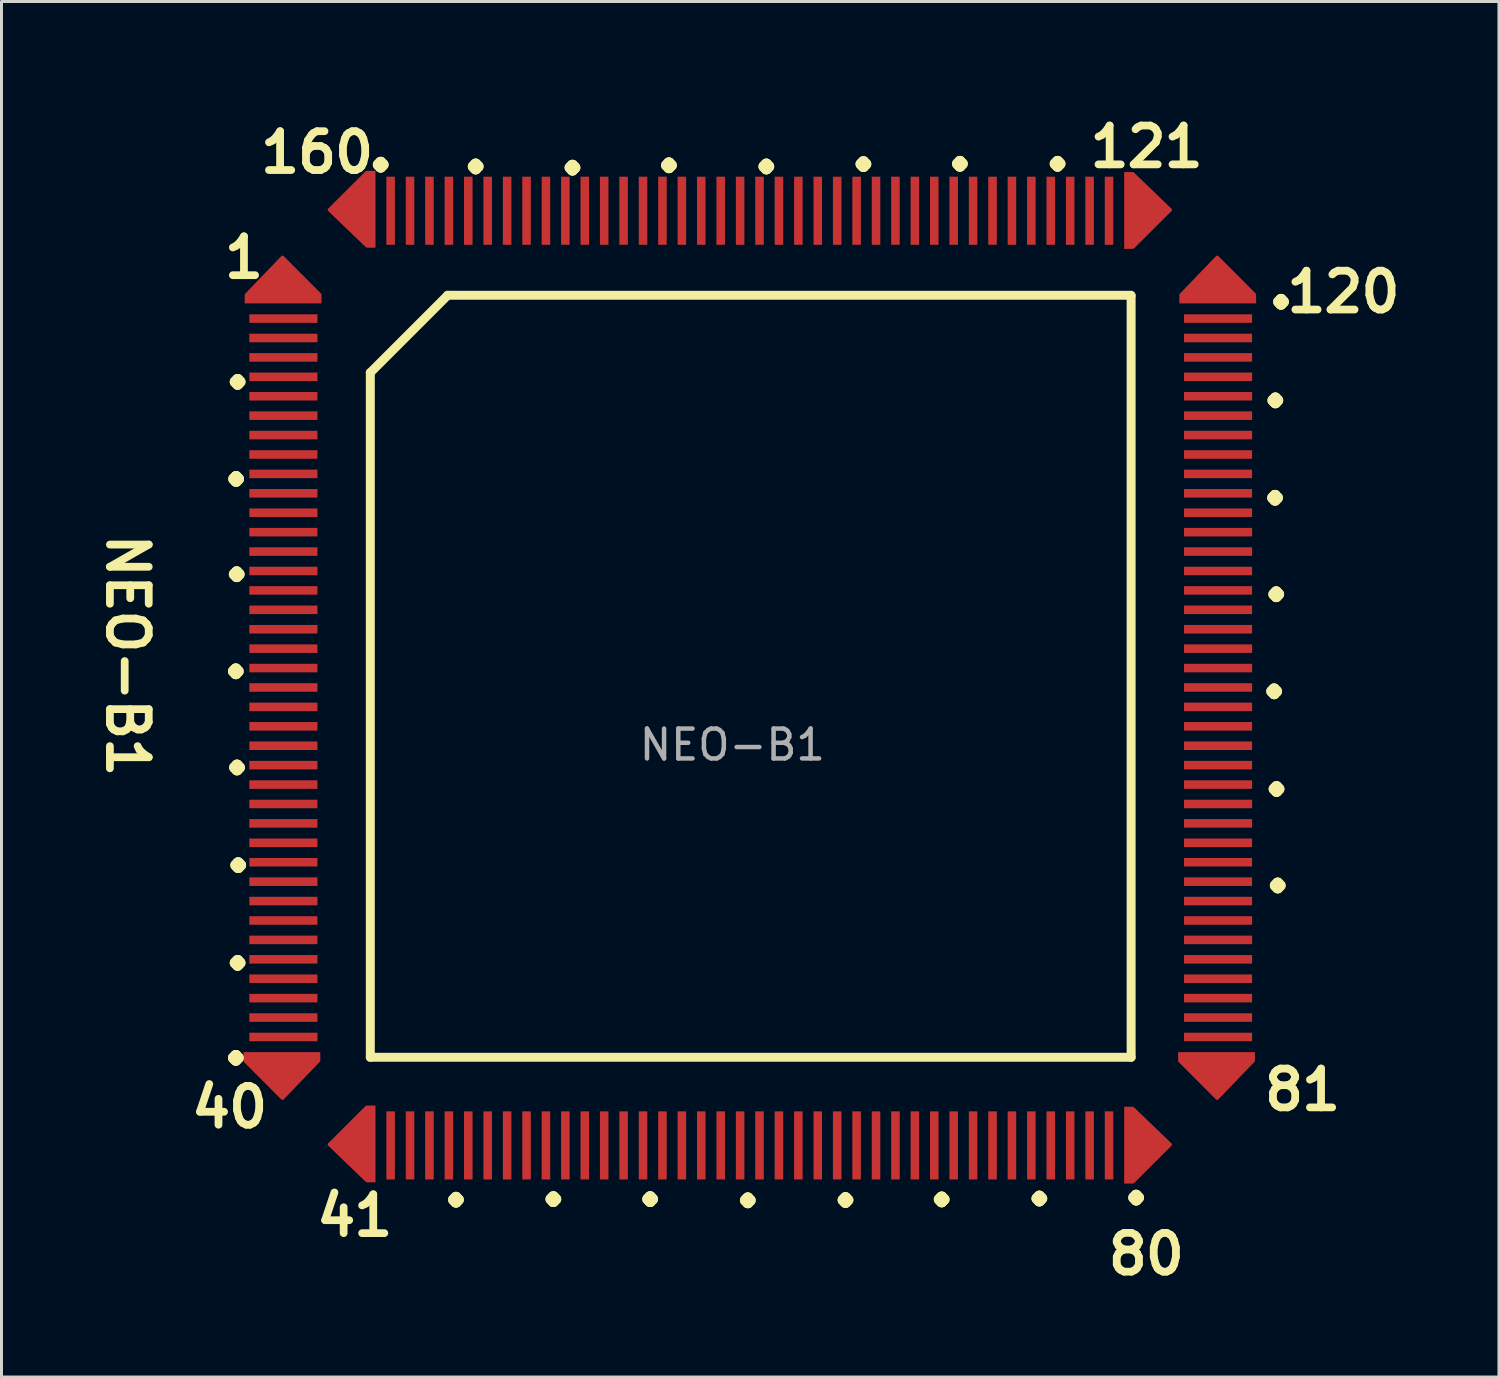
<source format=kicad_pcb>
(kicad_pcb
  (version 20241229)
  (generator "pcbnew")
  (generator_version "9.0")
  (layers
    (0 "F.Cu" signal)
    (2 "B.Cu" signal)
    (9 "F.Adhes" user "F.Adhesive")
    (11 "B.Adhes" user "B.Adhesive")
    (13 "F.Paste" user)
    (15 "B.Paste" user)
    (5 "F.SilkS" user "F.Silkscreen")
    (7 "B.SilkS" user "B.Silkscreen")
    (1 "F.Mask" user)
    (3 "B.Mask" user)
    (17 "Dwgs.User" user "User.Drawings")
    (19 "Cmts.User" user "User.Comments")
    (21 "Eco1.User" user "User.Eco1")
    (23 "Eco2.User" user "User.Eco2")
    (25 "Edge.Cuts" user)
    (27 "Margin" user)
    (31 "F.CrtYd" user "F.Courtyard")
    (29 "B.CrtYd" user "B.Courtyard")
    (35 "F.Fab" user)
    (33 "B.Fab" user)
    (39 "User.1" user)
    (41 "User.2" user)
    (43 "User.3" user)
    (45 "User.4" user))
  (footprint "NEO-B1"
    (layer "F.Cu")
    (at 21.467 19.385)
    (property "Reference" "NEO-B1" (at -20.25 -0.49 270) (unlocked yes) (layer "F.SilkS") (effects (font (size 1.3 1.3) (thickness 0.26) (bold yes))))
    (attr smd)
    (fp_line (start -12.12 -9.96) (end -9.53 -12.55) (stroke (width 0.3) (type default)) (layer "F.SilkS"))
    (fp_line (start -12.12 12.96) (end -12.12 -9.96) (stroke (width 0.3) (type default)) (layer "F.SilkS"))
    (fp_line (start -9.53 -12.55) (end 13.35 -12.55) (stroke (width 0.3) (type default)) (layer "F.SilkS"))
    (fp_line (start 13.35 -12.52) (end 13.35 12.96) (stroke (width 0.3) (type default)) (layer "F.SilkS"))
    (fp_line (start 13.35 12.96) (end -12.12 12.96) (stroke (width 0.3) (type default)) (layer "F.SilkS"))
    (fp_text user "." (at -3.38 18 0) (unlocked yes) (layer "F.SilkS") (effects (font (size 1.6 1.6) (thickness 0.375) (bold yes)) (justify left bottom)))
    (fp_text user "." (at 3.76 -16.65 0) (unlocked yes) (layer "F.SilkS") (effects (font (size 1.6 1.6) (thickness 0.375) (bold yes)) (justify left bottom)))
    (fp_text user "40" (at -18.24 15.39 0) (unlocked yes) (layer "F.SilkS") (effects (font (size 1.3 1.3) (thickness 0.26) (bold yes)) (justify left bottom)))
    (fp_text user "." (at 17.59 4.27 0) (unlocked yes) (layer "F.SilkS") (effects (font (size 1.6 1.6) (thickness 0.375) (bold yes)) (justify left bottom)))
    (fp_text user "." (at 17.58 -2.25 0) (unlocked yes) (layer "F.SilkS") (effects (font (size 1.6 1.6) (thickness 0.375) (bold yes)) (justify left bottom)))
    (fp_text user "." (at -17.17 6.82 0) (unlocked yes) (layer "F.SilkS") (effects (font (size 1.6 1.6) (thickness 0.375) (bold yes)) (justify left bottom)))
    (fp_text user "." (at -2.75 -16.61 0) (unlocked yes) (layer "F.SilkS") (effects (font (size 1.6 1.6) (thickness 0.375) (bold yes)) (justify left bottom)))
    (fp_text user "." (at 0.51 -16.57 0) (unlocked yes) (layer "F.SilkS") (effects (font (size 1.6 1.6) (thickness 0.375) (bold yes)) (justify left bottom)))
    (fp_text user "." (at 10.26 -16.66 0) (unlocked yes) (layer "F.SilkS") (effects (font (size 1.6 1.6) (thickness 0.375) (bold yes)) (justify left bottom)))
    (fp_text user "160" (at -15.93 -16.57 0) (unlocked yes) (layer "F.SilkS") (effects (font (size 1.3 1.3) (thickness 0.26) (bold yes)) (justify left bottom)))
    (fp_text user "." (at -17.19 -9.36 0) (unlocked yes) (layer "F.SilkS") (effects (font (size 1.6 1.6) (thickness 0.375) (bold yes)) (justify left bottom)))
    (fp_text user "." (at 6.99 -16.66 0) (unlocked yes) (layer "F.SilkS") (effects (font (size 1.6 1.6) (thickness 0.375) (bold yes)) (justify left bottom)))
    (fp_text user "." (at 17.54 -5.48 0) (unlocked yes) (layer "F.SilkS") (effects (font (size 1.6 1.6) (thickness 0.375) (bold yes)) (justify left bottom)))
    (fp_text user "." (at -17.25 13.27 0) (unlocked yes) (layer "F.SilkS") (effects (font (size 1.6 1.6) (thickness 0.375) (bold yes)) (justify left bottom)))
    (fp_text user "." (at 17.63 7.5 0) (unlocked yes) (layer "F.SilkS") (effects (font (size 1.6 1.6) (thickness 0.375) (bold yes)) (justify left bottom)))
    (fp_text user "41" (at -14.05 19.02 0) (unlocked yes) (layer "F.SilkS") (effects (font (size 1.3 1.3) (thickness 0.26) (bold yes)) (justify left bottom)))
    (fp_text user "." (at -6.62 18 0) (unlocked yes) (layer "F.SilkS") (effects (font (size 1.6 1.6) (thickness 0.375) (bold yes)) (justify left bottom)))
    (fp_text user "." (at -17.24 -6.11 0) (unlocked yes) (layer "F.SilkS") (effects (font (size 1.6 1.6) (thickness 0.375) (bold yes)) (justify left bottom)))
    (fp_text user "121" (at 11.84 -16.76 0) (unlocked yes) (layer "F.SilkS") (effects (font (size 1.3 1.3) (thickness 0.26) (bold yes)) (justify left bottom)))
    (fp_text user "." (at -17.25 0.33 0) (unlocked yes) (layer "F.SilkS") (effects (font (size 1.6 1.6) (thickness 0.375) (bold yes)) (justify left bottom)))
    (fp_text user "1" (at -17.14 -13.05 0) (unlocked yes) (layer "F.SilkS") (effects (font (size 1.3 1.3) (thickness 0.26) (bold yes)) (justify left bottom)))
    (fp_text user "81" (at 17.68 14.81 0) (unlocked yes) (layer "F.SilkS") (effects (font (size 1.3 1.3) (thickness 0.26) (bold yes)) (justify left bottom)))
    (fp_text user "." (at 6.38 18.01 0) (unlocked yes) (layer "F.SilkS") (effects (font (size 1.6 1.6) (thickness 0.375) (bold yes)) (justify left bottom)))
    (fp_text user "." (at 17.74 -12.04 0) (unlocked yes) (layer "F.SilkS") (effects (font (size 1.6 1.6) (thickness 0.375) (bold yes)) (justify left bottom)))
    (fp_text user "." (at -9.22 -16.57 0) (unlocked yes) (layer "F.SilkS") (effects (font (size 1.6 1.6) (thickness 0.375) (bold yes)) (justify left bottom)))
    (fp_text user "." (at 3.16 18.03 0) (unlocked yes) (layer "F.SilkS") (effects (font (size 1.6 1.6) (thickness 0.375) (bold yes)) (justify left bottom)))
    (fp_text user "." (at -17.19 10.09 0) (unlocked yes) (layer "F.SilkS") (effects (font (size 1.6 1.6) (thickness 0.375) (bold yes)) (justify left bottom)))
    (fp_text user "." (at 17.55 -8.74 0) (unlocked yes) (layer "F.SilkS") (effects (font (size 1.6 1.6) (thickness 0.375) (bold yes)) (justify left bottom)))
    (fp_text user "." (at -17.22 -2.92 0) (unlocked yes) (layer "F.SilkS") (effects (font (size 1.6 1.6) (thickness 0.375) (bold yes)) (justify left bottom)))
    (fp_text user "80" (at 12.45 20.31 0) (unlocked yes) (layer "F.SilkS") (effects (font (size 1.3 1.3) (thickness 0.26) (bold yes)) (justify left bottom)))
    (fp_text user "." (at -0.11 18.04 0) (unlocked yes) (layer "F.SilkS") (effects (font (size 1.6 1.6) (thickness 0.375) (bold yes)) (justify left bottom)))
    (fp_text user "." (at -17.21 3.55 0) (unlocked yes) (layer "F.SilkS") (effects (font (size 1.6 1.6) (thickness 0.375) (bold yes)) (justify left bottom)))
    (fp_text user "." (at -9.88 18.02 0) (unlocked yes) (layer "F.SilkS") (effects (font (size 1.6 1.6) (thickness 0.375) (bold yes)) (justify left bottom)))
    (fp_text user "." (at -5.98 -16.53 0) (unlocked yes) (layer "F.SilkS") (effects (font (size 1.6 1.6) (thickness 0.375) (bold yes)) (justify left bottom)))
    (fp_text user "." (at -12.4 -16.63 0) (unlocked yes) (layer "F.SilkS") (effects (font (size 1.6 1.6) (thickness 0.375) (bold yes)) (justify left bottom)))
    (fp_text user "." (at 17.51 1 0) (unlocked yes) (layer "F.SilkS") (effects (font (size 1.6 1.6) (thickness 0.375) (bold yes)) (justify left bottom)))
    (fp_text user "120" (at 18.43 -11.9 0) (unlocked yes) (layer "F.SilkS") (effects (font (size 1.3 1.3) (thickness 0.26) (bold yes)) (justify left bottom)))
    (fp_text user "." (at 12.89 17.95 0) (unlocked yes) (layer "F.SilkS") (effects (font (size 1.6 1.6) (thickness 0.375) (bold yes)) (justify left bottom)))
    (fp_text user "." (at 9.65 17.98 0) (unlocked yes) (layer "F.SilkS") (effects (font (size 1.6 1.6) (thickness 0.375) (bold yes)) (justify left bottom)))
    (fp_text user "${REFERENCE}" (at 0 2.5 0) (unlocked yes) (layer "F.Fab") (effects (font (size 1 1) (thickness 0.15))))
    (pad "1" smd custom (at -15.04 -12.42) (size 2.571 0.286) (layers "F.Cu" "F.Mask" "F.Paste") (options (anchor rect)) (primitives (gr_poly (pts (xy -1.236 -0.145) (xy -0.019 -1.41) (xy 1.236 -0.152)) (width 0.1) (fill yes))))
    (pad "2" smd rect (at -15.03 -11.77) (size 2.28 0.286) (layers "F.Cu" "F.Mask" "F.Paste"))
    (pad "3" smd rect (at -15.03 -11.12) (size 2.28 0.286) (layers "F.Cu" "F.Mask" "F.Paste"))
    (pad "4" smd rect (at -15.03 -10.47) (size 2.28 0.286) (layers "F.Cu" "F.Mask" "F.Paste"))
    (pad "5" smd rect (at -15.03 -9.82) (size 2.28 0.286) (layers "F.Cu" "F.Mask" "F.Paste"))
    (pad "6" smd rect (at -15.03 -9.17) (size 2.28 0.286) (layers "F.Cu" "F.Mask" "F.Paste"))
    (pad "7" smd rect (at -15.03 -8.52) (size 2.28 0.286) (layers "F.Cu" "F.Mask" "F.Paste"))
    (pad "8" smd rect (at -15.03 -7.87) (size 2.28 0.286) (layers "F.Cu" "F.Mask" "F.Paste"))
    (pad "9" smd rect (at -15.03 -7.22) (size 2.28 0.286) (layers "F.Cu" "F.Mask" "F.Paste"))
    (pad "10" smd rect (at -15.03 -6.57) (size 2.28 0.286) (layers "F.Cu" "F.Mask" "F.Paste"))
    (pad "11" smd rect (at -15.03 -5.92) (size 2.28 0.286) (layers "F.Cu" "F.Mask" "F.Paste"))
    (pad "12" smd rect (at -15.03 -5.27) (size 2.28 0.286) (layers "F.Cu" "F.Mask" "F.Paste"))
    (pad "13" smd rect (at -15.03 -4.62) (size 2.28 0.286) (layers "F.Cu" "F.Mask" "F.Paste"))
    (pad "14" smd rect (at -15.03 -3.97) (size 2.28 0.286) (layers "F.Cu" "F.Mask" "F.Paste"))
    (pad "15" smd rect (at -15.03 -3.32) (size 2.28 0.286) (layers "F.Cu" "F.Mask" "F.Paste"))
    (pad "16" smd rect (at -15.03 -2.67) (size 2.28 0.286) (layers "F.Cu" "F.Mask" "F.Paste"))
    (pad "17" smd rect (at -15.03 -2.02) (size 2.28 0.286) (layers "F.Cu" "F.Mask" "F.Paste"))
    (pad "18" smd rect (at -15.03 -1.37) (size 2.28 0.286) (layers "F.Cu" "F.Mask" "F.Paste"))
    (pad "19" smd rect (at -15.03 -0.72) (size 2.28 0.286) (layers "F.Cu" "F.Mask" "F.Paste"))
    (pad "20" smd rect (at -15.03 -0.07) (size 2.28 0.286) (layers "F.Cu" "F.Mask" "F.Paste"))
    (pad "21" smd rect (at -15.03 0.58) (size 2.28 0.286) (layers "F.Cu" "F.Mask" "F.Paste"))
    (pad "22" smd rect (at -15.03 1.23) (size 2.28 0.286) (layers "F.Cu" "F.Mask" "F.Paste"))
    (pad "23" smd rect (at -15.03 1.88) (size 2.28 0.286) (layers "F.Cu" "F.Mask" "F.Paste"))
    (pad "24" smd rect (at -15.03 2.53) (size 2.28 0.286) (layers "F.Cu" "F.Mask" "F.Paste"))
    (pad "25" smd rect (at -15.03 3.18) (size 2.28 0.286) (layers "F.Cu" "F.Mask" "F.Paste"))
    (pad "26" smd rect (at -15.03 3.83) (size 2.28 0.286) (layers "F.Cu" "F.Mask" "F.Paste"))
    (pad "27" smd rect (at -15.03 4.48) (size 2.28 0.286) (layers "F.Cu" "F.Mask" "F.Paste"))
    (pad "28" smd rect (at -15.03 5.13) (size 2.28 0.286) (layers "F.Cu" "F.Mask" "F.Paste"))
    (pad "29" smd rect (at -15.03 5.78) (size 2.28 0.286) (layers "F.Cu" "F.Mask" "F.Paste"))
    (pad "30" smd rect (at -15.03 6.43) (size 2.28 0.286) (layers "F.Cu" "F.Mask" "F.Paste"))
    (pad "31" smd rect (at -15.03 7.08) (size 2.28 0.286) (layers "F.Cu" "F.Mask" "F.Paste"))
    (pad "32" smd rect (at -15.03 7.73) (size 2.28 0.286) (layers "F.Cu" "F.Mask" "F.Paste"))
    (pad "33" smd rect (at -15.03 8.38) (size 2.28 0.286) (layers "F.Cu" "F.Mask" "F.Paste"))
    (pad "34" smd rect (at -15.03 9.03) (size 2.28 0.286) (layers "F.Cu" "F.Mask" "F.Paste"))
    (pad "35" smd rect (at -15.03 9.68) (size 2.28 0.286) (layers "F.Cu" "F.Mask" "F.Paste"))
    (pad "36" smd rect (at -15.03 10.33) (size 2.28 0.286) (layers "F.Cu" "F.Mask" "F.Paste"))
    (pad "37" smd rect (at -15.03 10.98) (size 2.28 0.286) (layers "F.Cu" "F.Mask" "F.Paste"))
    (pad "38" smd rect (at -15.03 11.63) (size 2.28 0.286) (layers "F.Cu" "F.Mask" "F.Paste"))
    (pad "39" smd rect (at -15.03 12.28) (size 2.28 0.286) (layers "F.Cu" "F.Mask" "F.Paste"))
    (pad "40" smd custom (at -15.08 12.93 180) (size 2.571 0.286) (layers "F.Cu" "F.Mask" "F.Paste") (options (anchor rect)) (primitives (gr_poly (pts (xy -1.236 -0.145) (xy -0.019 -1.41) (xy 1.236 -0.152)) (width 0.1) (fill yes))))
    (pad "41" smd custom (at -12.09 15.86 90) (size 2.571 0.286) (layers "F.Cu" "F.Mask" "F.Paste") (options (anchor rect)) (primitives (gr_poly (pts (xy -1.236 -0.145) (xy -0.019 -1.41) (xy 1.236 -0.152)) (width 0.1) (fill yes))))
    (pad "42" smd rect (at -11.44 15.91 270) (size 2.28 0.286) (layers "F.Cu" "F.Mask" "F.Paste"))
    (pad "43" smd rect (at -10.79 15.91 270) (size 2.28 0.286) (layers "F.Cu" "F.Mask" "F.Paste"))
    (pad "44" smd rect (at -10.14 15.91 270) (size 2.28 0.286) (layers "F.Cu" "F.Mask" "F.Paste"))
    (pad "45" smd rect (at -9.49 15.91 270) (size 2.28 0.286) (layers "F.Cu" "F.Mask" "F.Paste"))
    (pad "46" smd rect (at -8.84 15.91 270) (size 2.28 0.286) (layers "F.Cu" "F.Mask" "F.Paste"))
    (pad "47" smd rect (at -8.19 15.91 270) (size 2.28 0.286) (layers "F.Cu" "F.Mask" "F.Paste"))
    (pad "48" smd rect (at -7.54 15.91 270) (size 2.28 0.286) (layers "F.Cu" "F.Mask" "F.Paste"))
    (pad "49" smd rect (at -6.89 15.91 270) (size 2.28 0.286) (layers "F.Cu" "F.Mask" "F.Paste"))
    (pad "50" smd rect (at -6.24 15.91 270) (size 2.28 0.286) (layers "F.Cu" "F.Mask" "F.Paste"))
    (pad "51" smd rect (at -5.59 15.91 270) (size 2.28 0.286) (layers "F.Cu" "F.Mask" "F.Paste"))
    (pad "52" smd rect (at -4.94 15.91 270) (size 2.28 0.286) (layers "F.Cu" "F.Mask" "F.Paste"))
    (pad "53" smd rect (at -4.29 15.91 270) (size 2.28 0.286) (layers "F.Cu" "F.Mask" "F.Paste"))
    (pad "54" smd rect (at -3.64 15.91 270) (size 2.28 0.286) (layers "F.Cu" "F.Mask" "F.Paste"))
    (pad "55" smd rect (at -2.99 15.91 270) (size 2.28 0.286) (layers "F.Cu" "F.Mask" "F.Paste"))
    (pad "56" smd rect (at -2.34 15.91 270) (size 2.28 0.286) (layers "F.Cu" "F.Mask" "F.Paste"))
    (pad "57" smd rect (at -1.69 15.91 270) (size 2.28 0.286) (layers "F.Cu" "F.Mask" "F.Paste"))
    (pad "58" smd rect (at -1.04 15.91 270) (size 2.28 0.286) (layers "F.Cu" "F.Mask" "F.Paste"))
    (pad "59" smd rect (at -0.39 15.91 270) (size 2.28 0.286) (layers "F.Cu" "F.Mask" "F.Paste"))
    (pad "60" smd rect (at 0.26 15.91 270) (size 2.28 0.286) (layers "F.Cu" "F.Mask" "F.Paste"))
    (pad "61" smd rect (at 0.91 15.91 270) (size 2.28 0.286) (layers "F.Cu" "F.Mask" "F.Paste"))
    (pad "62" smd rect (at 1.56 15.91 270) (size 2.28 0.286) (layers "F.Cu" "F.Mask" "F.Paste"))
    (pad "63" smd rect (at 2.21 15.91 270) (size 2.28 0.286) (layers "F.Cu" "F.Mask" "F.Paste"))
    (pad "64" smd rect (at 2.86 15.91 270) (size 2.28 0.286) (layers "F.Cu" "F.Mask" "F.Paste"))
    (pad "65" smd rect (at 3.51 15.91 270) (size 2.28 0.286) (layers "F.Cu" "F.Mask" "F.Paste"))
    (pad "66" smd rect (at 4.16 15.91 270) (size 2.28 0.286) (layers "F.Cu" "F.Mask" "F.Paste"))
    (pad "67" smd rect (at 4.81 15.91 270) (size 2.28 0.286) (layers "F.Cu" "F.Mask" "F.Paste"))
    (pad "68" smd rect (at 5.46 15.91 270) (size 2.28 0.286) (layers "F.Cu" "F.Mask" "F.Paste"))
    (pad "69" smd rect (at 6.11 15.91 270) (size 2.28 0.286) (layers "F.Cu" "F.Mask" "F.Paste"))
    (pad "70" smd rect (at 6.76 15.91 270) (size 2.28 0.286) (layers "F.Cu" "F.Mask" "F.Paste"))
    (pad "71" smd rect (at 7.41 15.91 270) (size 2.28 0.286) (layers "F.Cu" "F.Mask" "F.Paste"))
    (pad "72" smd rect (at 8.06 15.91 270) (size 2.28 0.286) (layers "F.Cu" "F.Mask" "F.Paste"))
    (pad "73" smd rect (at 8.71 15.91 270) (size 2.28 0.286) (layers "F.Cu" "F.Mask" "F.Paste"))
    (pad "74" smd rect (at 9.36 15.91 270) (size 2.28 0.286) (layers "F.Cu" "F.Mask" "F.Paste"))
    (pad "75" smd rect (at 10.01 15.91 270) (size 2.28 0.286) (layers "F.Cu" "F.Mask" "F.Paste"))
    (pad "76" smd rect (at 10.66 15.91 270) (size 2.28 0.286) (layers "F.Cu" "F.Mask" "F.Paste"))
    (pad "77" smd rect (at 11.31 15.91 270) (size 2.28 0.286) (layers "F.Cu" "F.Mask" "F.Paste"))
    (pad "78" smd rect (at 11.96 15.91 270) (size 2.28 0.286) (layers "F.Cu" "F.Mask" "F.Paste"))
    (pad "79" smd rect (at 12.61 15.91 270) (size 2.28 0.286) (layers "F.Cu" "F.Mask" "F.Paste"))
    (pad "80" smd custom (at 13.26 15.9 270) (size 2.571 0.286) (layers "F.Cu" "F.Mask" "F.Paste") (options (anchor rect)) (primitives (gr_poly (pts (xy -1.236 -0.145) (xy -0.019 -1.41) (xy 1.236 -0.152)) (width 0.1) (fill yes))))
    (pad "81" smd custom (at 16.21 12.93 180) (size 2.571 0.286) (layers "F.Cu" "F.Mask" "F.Paste") (options (anchor rect)) (primitives (gr_poly (pts (xy -1.236 -0.145) (xy -0.019 -1.41) (xy 1.236 -0.152)) (width 0.1) (fill yes))))
    (pad "82" smd rect (at 16.26 12.28) (size 2.28 0.286) (layers "F.Cu" "F.Mask" "F.Paste"))
    (pad "83" smd rect (at 16.26 11.63) (size 2.28 0.286) (layers "F.Cu" "F.Mask" "F.Paste"))
    (pad "84" smd rect (at 16.26 10.98) (size 2.28 0.286) (layers "F.Cu" "F.Mask" "F.Paste"))
    (pad "85" smd rect (at 16.26 10.33) (size 2.28 0.286) (layers "F.Cu" "F.Mask" "F.Paste"))
    (pad "86" smd rect (at 16.26 9.68) (size 2.28 0.286) (layers "F.Cu" "F.Mask" "F.Paste"))
    (pad "87" smd rect (at 16.26 9.03) (size 2.28 0.286) (layers "F.Cu" "F.Mask" "F.Paste"))
    (pad "88" smd rect (at 16.26 8.38) (size 2.28 0.286) (layers "F.Cu" "F.Mask" "F.Paste"))
    (pad "89" smd rect (at 16.26 7.73) (size 2.28 0.286) (layers "F.Cu" "F.Mask" "F.Paste"))
    (pad "90" smd rect (at 16.26 7.08) (size 2.28 0.286) (layers "F.Cu" "F.Mask" "F.Paste"))
    (pad "91" smd rect (at 16.26 6.43) (size 2.28 0.286) (layers "F.Cu" "F.Mask" "F.Paste"))
    (pad "92" smd rect (at 16.26 5.78) (size 2.28 0.286) (layers "F.Cu" "F.Mask" "F.Paste"))
    (pad "93" smd rect (at 16.26 5.13) (size 2.28 0.286) (layers "F.Cu" "F.Mask" "F.Paste"))
    (pad "94" smd rect (at 16.26 4.48) (size 2.28 0.286) (layers "F.Cu" "F.Mask" "F.Paste"))
    (pad "95" smd rect (at 16.26 3.83) (size 2.28 0.286) (layers "F.Cu" "F.Mask" "F.Paste"))
    (pad "96" smd rect (at 16.26 3.18) (size 2.28 0.286) (layers "F.Cu" "F.Mask" "F.Paste"))
    (pad "97" smd rect (at 16.26 2.53) (size 2.28 0.286) (layers "F.Cu" "F.Mask" "F.Paste"))
    (pad "98" smd rect (at 16.26 1.88) (size 2.28 0.286) (layers "F.Cu" "F.Mask" "F.Paste"))
    (pad "99" smd rect (at 16.26 1.23) (size 2.28 0.286) (layers "F.Cu" "F.Mask" "F.Paste"))
    (pad "100" smd rect (at 16.26 0.58) (size 2.28 0.286) (layers "F.Cu" "F.Mask" "F.Paste"))
    (pad "101" smd rect (at 16.26 -0.07) (size 2.28 0.286) (layers "F.Cu" "F.Mask" "F.Paste"))
    (pad "102" smd rect (at 16.26 -0.72) (size 2.28 0.286) (layers "F.Cu" "F.Mask" "F.Paste"))
    (pad "103" smd rect (at 16.26 -1.37) (size 2.28 0.286) (layers "F.Cu" "F.Mask" "F.Paste"))
    (pad "104" smd rect (at 16.26 -2.02) (size 2.28 0.286) (layers "F.Cu" "F.Mask" "F.Paste"))
    (pad "105" smd rect (at 16.26 -2.67) (size 2.28 0.286) (layers "F.Cu" "F.Mask" "F.Paste"))
    (pad "106" smd rect (at 16.26 -3.32) (size 2.28 0.286) (layers "F.Cu" "F.Mask" "F.Paste"))
    (pad "107" smd rect (at 16.26 -3.97) (size 2.28 0.286) (layers "F.Cu" "F.Mask" "F.Paste"))
    (pad "108" smd rect (at 16.26 -4.62) (size 2.28 0.286) (layers "F.Cu" "F.Mask" "F.Paste"))
    (pad "109" smd rect (at 16.26 -5.27) (size 2.28 0.286) (layers "F.Cu" "F.Mask" "F.Paste"))
    (pad "110" smd rect (at 16.26 -5.92) (size 2.28 0.286) (layers "F.Cu" "F.Mask" "F.Paste"))
    (pad "111" smd rect (at 16.26 -6.57) (size 2.28 0.286) (layers "F.Cu" "F.Mask" "F.Paste"))
    (pad "112" smd rect (at 16.26 -7.22) (size 2.28 0.286) (layers "F.Cu" "F.Mask" "F.Paste"))
    (pad "113" smd rect (at 16.26 -7.87) (size 2.28 0.286) (layers "F.Cu" "F.Mask" "F.Paste"))
    (pad "114" smd rect (at 16.26 -8.52) (size 2.28 0.286) (layers "F.Cu" "F.Mask" "F.Paste"))
    (pad "115" smd rect (at 16.26 -9.17) (size 2.28 0.286) (layers "F.Cu" "F.Mask" "F.Paste"))
    (pad "116" smd rect (at 16.26 -9.82) (size 2.28 0.286) (layers "F.Cu" "F.Mask" "F.Paste"))
    (pad "117" smd rect (at 16.26 -10.47) (size 2.28 0.286) (layers "F.Cu" "F.Mask" "F.Paste"))
    (pad "118" smd rect (at 16.26 -11.12) (size 2.28 0.286) (layers "F.Cu" "F.Mask" "F.Paste"))
    (pad "119" smd rect (at 16.26 -11.77) (size 2.28 0.286) (layers "F.Cu" "F.Mask" "F.Paste"))
    (pad "120" smd custom (at 16.25 -12.42) (size 2.571 0.286) (layers "F.Cu" "F.Mask" "F.Paste") (options (anchor rect)) (primitives (gr_poly (pts (xy -1.236 -0.145) (xy -0.019 -1.41) (xy 1.236 -0.152)) (width 0.1) (fill yes))))
    (pad "121" smd custom (at 13.26 -15.39 270) (size 2.571 0.286) (layers "F.Cu" "F.Mask" "F.Paste") (options (anchor rect)) (primitives (gr_poly (pts (xy -1.236 -0.145) (xy -0.019 -1.41) (xy 1.236 -0.152)) (width 0.1) (fill yes))))
    (pad "122" smd rect (at 12.61 -15.38 270) (size 2.28 0.286) (layers "F.Cu" "F.Mask" "F.Paste"))
    (pad "123" smd rect (at 11.96 -15.38 270) (size 2.28 0.286) (layers "F.Cu" "F.Mask" "F.Paste"))
    (pad "124" smd rect (at 11.31 -15.38 270) (size 2.28 0.286) (layers "F.Cu" "F.Mask" "F.Paste"))
    (pad "125" smd rect (at 10.66 -15.38 270) (size 2.28 0.286) (layers "F.Cu" "F.Mask" "F.Paste"))
    (pad "126" smd rect (at 10.01 -15.38 270) (size 2.28 0.286) (layers "F.Cu" "F.Mask" "F.Paste"))
    (pad "127" smd rect (at 9.36 -15.38 270) (size 2.28 0.286) (layers "F.Cu" "F.Mask" "F.Paste"))
    (pad "128" smd rect (at 8.71 -15.38 270) (size 2.28 0.286) (layers "F.Cu" "F.Mask" "F.Paste"))
    (pad "129" smd rect (at 8.06 -15.38 270) (size 2.28 0.286) (layers "F.Cu" "F.Mask" "F.Paste"))
    (pad "130" smd rect (at 7.41 -15.38 270) (size 2.28 0.286) (layers "F.Cu" "F.Mask" "F.Paste"))
    (pad "131" smd rect (at 6.76 -15.38 270) (size 2.28 0.286) (layers "F.Cu" "F.Mask" "F.Paste"))
    (pad "132" smd rect (at 6.11 -15.38 270) (size 2.28 0.286) (layers "F.Cu" "F.Mask" "F.Paste"))
    (pad "133" smd rect (at 5.46 -15.38 270) (size 2.28 0.286) (layers "F.Cu" "F.Mask" "F.Paste"))
    (pad "134" smd rect (at 4.81 -15.38 270) (size 2.28 0.286) (layers "F.Cu" "F.Mask" "F.Paste"))
    (pad "135" smd rect (at 4.16 -15.38 270) (size 2.28 0.286) (layers "F.Cu" "F.Mask" "F.Paste"))
    (pad "136" smd rect (at 3.51 -15.38 270) (size 2.28 0.286) (layers "F.Cu" "F.Mask" "F.Paste"))
    (pad "137" smd rect (at 2.86 -15.38 270) (size 2.28 0.286) (layers "F.Cu" "F.Mask" "F.Paste"))
    (pad "138" smd rect (at 2.21 -15.38 270) (size 2.28 0.286) (layers "F.Cu" "F.Mask" "F.Paste"))
    (pad "139" smd rect (at 1.56 -15.38 270) (size 2.28 0.286) (layers "F.Cu" "F.Mask" "F.Paste"))
    (pad "140" smd rect (at 0.91 -15.38 270) (size 2.28 0.286) (layers "F.Cu" "F.Mask" "F.Paste"))
    (pad "141" smd rect (at 0.26 -15.38 270) (size 2.28 0.286) (layers "F.Cu" "F.Mask" "F.Paste"))
    (pad "142" smd rect (at -0.39 -15.38 270) (size 2.28 0.286) (layers "F.Cu" "F.Mask" "F.Paste"))
    (pad "143" smd rect (at -1.04 -15.38 270) (size 2.28 0.286) (layers "F.Cu" "F.Mask" "F.Paste"))
    (pad "144" smd rect (at -1.69 -15.38 270) (size 2.28 0.286) (layers "F.Cu" "F.Mask" "F.Paste"))
    (pad "145" smd rect (at -2.34 -15.38 270) (size 2.28 0.286) (layers "F.Cu" "F.Mask" "F.Paste"))
    (pad "146" smd rect (at -2.99 -15.38 270) (size 2.28 0.286) (layers "F.Cu" "F.Mask" "F.Paste"))
    (pad "147" smd rect (at -3.64 -15.38 270) (size 2.28 0.286) (layers "F.Cu" "F.Mask" "F.Paste"))
    (pad "148" smd rect (at -4.29 -15.38 270) (size 2.28 0.286) (layers "F.Cu" "F.Mask" "F.Paste"))
    (pad "149" smd rect (at -4.94 -15.38 270) (size 2.28 0.286) (layers "F.Cu" "F.Mask" "F.Paste"))
    (pad "150" smd rect (at -5.59 -15.38 270) (size 2.28 0.286) (layers "F.Cu" "F.Mask" "F.Paste"))
    (pad "151" smd rect (at -6.24 -15.38 270) (size 2.28 0.286) (layers "F.Cu" "F.Mask" "F.Paste"))
    (pad "152" smd rect (at -6.89 -15.38 270) (size 2.28 0.286) (layers "F.Cu" "F.Mask" "F.Paste"))
    (pad "153" smd rect (at -7.54 -15.38 270) (size 2.28 0.286) (layers "F.Cu" "F.Mask" "F.Paste"))
    (pad "154" smd rect (at -8.19 -15.38 270) (size 2.28 0.286) (layers "F.Cu" "F.Mask" "F.Paste"))
    (pad "155" smd rect (at -8.84 -15.38 270) (size 2.28 0.286) (layers "F.Cu" "F.Mask" "F.Paste"))
    (pad "156" smd rect (at -9.49 -15.38 270) (size 2.28 0.286) (layers "F.Cu" "F.Mask" "F.Paste"))
    (pad "157" smd rect (at -10.14 -15.38 270) (size 2.28 0.286) (layers "F.Cu" "F.Mask" "F.Paste"))
    (pad "158" smd rect (at -10.79 -15.38 270) (size 2.28 0.286) (layers "F.Cu" "F.Mask" "F.Paste"))
    (pad "159" smd rect (at -11.44 -15.38 270) (size 2.28 0.286) (layers "F.Cu" "F.Mask" "F.Paste"))
    (pad "160" smd custom (at -12.09 -15.43 90) (size 2.571 0.286) (layers "F.Cu" "F.Mask" "F.Paste") (options (anchor rect)) (primitives (gr_poly (pts (xy -1.236 -0.145) (xy -0.019 -1.41) (xy 1.236 -0.152)) (width 0.1) (fill yes)))))
  (gr_rect
    (start -3 -3)
    (end 47.131 43.049)
    (stroke (width 0.1) (type default))
    (fill no)
    (layer "Edge.Cuts")))
</source>
